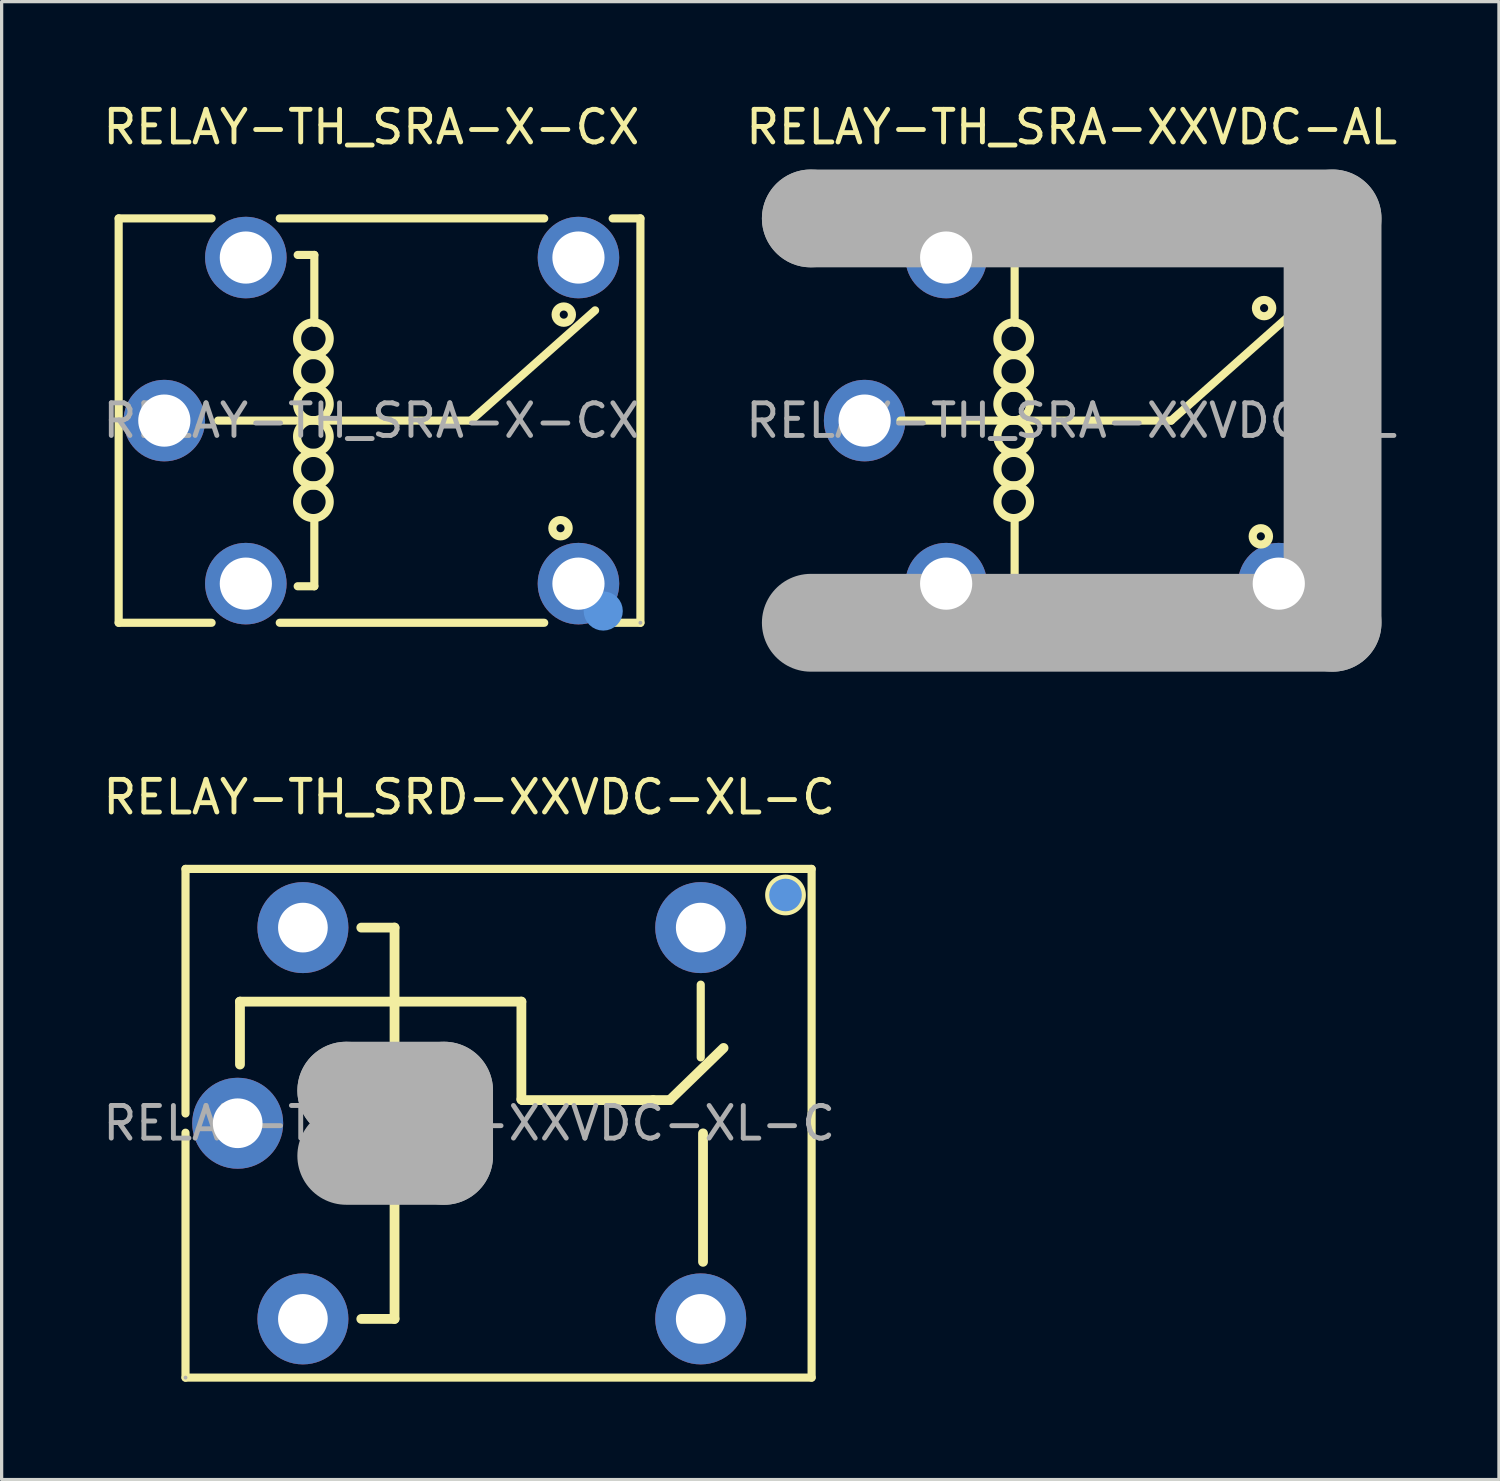
<source format=kicad_pcb>
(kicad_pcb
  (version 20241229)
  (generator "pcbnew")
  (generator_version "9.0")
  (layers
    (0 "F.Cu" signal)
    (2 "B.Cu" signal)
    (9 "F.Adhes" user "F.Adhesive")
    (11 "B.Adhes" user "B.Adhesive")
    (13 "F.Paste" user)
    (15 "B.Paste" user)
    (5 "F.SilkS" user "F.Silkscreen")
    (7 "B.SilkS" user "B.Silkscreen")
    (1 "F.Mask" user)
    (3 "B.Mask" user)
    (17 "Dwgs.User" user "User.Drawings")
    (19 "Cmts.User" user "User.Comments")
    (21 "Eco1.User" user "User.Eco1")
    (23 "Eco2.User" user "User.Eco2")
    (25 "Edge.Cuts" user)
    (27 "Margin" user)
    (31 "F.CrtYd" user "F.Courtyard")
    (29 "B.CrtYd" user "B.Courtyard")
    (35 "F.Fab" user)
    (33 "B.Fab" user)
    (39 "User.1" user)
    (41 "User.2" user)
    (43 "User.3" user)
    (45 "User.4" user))
  (footprint "RELAY-TH_SRD-XXVDC-XL-C"
    (layer "F.Cu")
    (at 11.339 31.396)
    (property "Reference" "RELAY-TH_SRD-XXVDC-XL-C" (at 0 -10 0) (layer "F.SilkS") (effects (font (size 1 1) (thickness 0.15))))
    (attr through_hole)
    (fp_line (start -8.7 -7.8) (end -8.7 -0.3) (stroke (width 0.25) (type solid)) (layer "F.SilkS"))
    (fp_line (start -8.7 0.29) (end -8.7 7.8) (stroke (width 0.25) (type solid)) (layer "F.SilkS"))
    (fp_line (start -7.03 -3.73) (end 1.6 -3.73) (stroke (width 0.3) (type solid)) (layer "F.SilkS"))
    (fp_line (start -7.03 -1.8) (end -7.03 -3.73) (stroke (width 0.3) (type solid)) (layer "F.SilkS"))
    (fp_line (start -2.29 -6) (end -3.31 -6) (stroke (width 0.3) (type solid)) (layer "F.SilkS"))
    (fp_line (start -2.29 -1.05) (end -2.29 -6) (stroke (width 0.3) (type solid)) (layer "F.SilkS"))
    (fp_line (start -2.29 6) (end -3.31 6) (stroke (width 0.3) (type solid)) (layer "F.SilkS"))
    (fp_line (start -2.29 6) (end -2.29 1.05) (stroke (width 0.3) (type solid)) (layer "F.SilkS"))
    (fp_line (start 1.6 -3.73) (end 1.6 -0.73) (stroke (width 0.3) (type solid)) (layer "F.SilkS"))
    (fp_line (start 1.6 -0.73) (end 1.63 -0.71) (stroke (width 0.3) (type solid)) (layer "F.SilkS"))
    (fp_line (start 1.63 -0.71) (end 5.64 -0.71) (stroke (width 0.3) (type solid)) (layer "F.SilkS"))
    (fp_line (start 5.64 -0.71) (end 6.15 -0.71) (stroke (width 0.3) (type solid)) (layer "F.SilkS"))
    (fp_line (start 6.15 -0.71) (end 7.8 -2.31) (stroke (width 0.3) (type solid)) (layer "F.SilkS"))
    (fp_line (start 7.1 -4.25) (end 7.1 -2.02) (stroke (width 0.25) (type solid)) (layer "F.SilkS"))
    (fp_line (start 7.17 4.25) (end 7.17 0.31) (stroke (width 0.3) (type solid)) (layer "F.SilkS"))
    (fp_line (start 10.5 -7.8) (end -8.7 -7.8) (stroke (width 0.25) (type solid)) (layer "F.SilkS"))
    (fp_line (start 10.5 7.8) (end -8.7 7.8) (stroke (width 0.25) (type solid)) (layer "F.SilkS"))
    (fp_line (start 10.5 7.8) (end 10.5 -7.8) (stroke (width 0.25) (type solid)) (layer "F.SilkS"))
    (fp_circle (center 9.7 -7) (end 10.2 -7) (stroke (width 0.25) (type solid)) (fill no) (layer "F.SilkS"))
    (fp_circle (center 9.7 -7) (end 9.95 -7) (stroke (width 0.5) (type solid)) (fill no) (layer "Cmts.User"))
    (fp_line (start -3.77 -1) (end -3.77 -1) (stroke (width 3) (type solid)) (layer "F.Fab"))
    (fp_line (start -3.77 -1) (end -0.77 -1) (stroke (width 3) (type solid)) (layer "F.Fab"))
    (fp_line (start -0.77 -1) (end -0.77 1) (stroke (width 3) (type solid)) (layer "F.Fab"))
    (fp_line (start -0.77 1) (end -3.77 1) (stroke (width 3) (type solid)) (layer "F.Fab"))
    (fp_circle (center -8.7 7.8) (end -8.67 7.8) (stroke (width 0.06) (type solid)) (fill no) (layer "F.Fab"))
    (fp_circle (center -5.1 -6) (end -4.95 -6) (stroke (width 0.3) (type solid)) (fill no) (layer "F.Fab"))
    (fp_circle (center -5.1 6) (end -4.95 6) (stroke (width 0.3) (type solid)) (fill no) (layer "F.Fab"))
    (fp_text user "${REFERENCE}" (at 0 0 0) (layer "F.Fab") (effects (font (size 1 1) (thickness 0.15))))
    (pad "1" thru_hole circle (at -5.1 6 180) (size 2.79 2.79) (drill 1.524) (layers "*.Cu" "*.Paste" "*.Mask"))
    (pad "2" thru_hole circle (at 7.1 6 180) (size 2.79 2.79) (drill 1.524) (layers "*.Cu" "*.Paste" "*.Mask"))
    (pad "3" thru_hole circle (at 7.1 -6 180) (size 2.79 2.79) (drill 1.524) (layers "*.Cu" "*.Paste" "*.Mask"))
    (pad "4" thru_hole circle (at -5.1 -6 180) (size 2.79 2.79) (drill 1.524) (layers "*.Cu" "*.Paste" "*.Mask"))
    (pad "5" thru_hole circle (at -7.1 0 180) (size 2.79 2.79) (drill 1.524) (layers "*.Cu" "*.Paste" "*.Mask")))
  (footprint "RELAY-TH_SRA-XXVDC-AL"
    (layer "F.Cu")
    (at 29.815 9.848)
    (property "Reference" "RELAY-TH_SRA-XXVDC-AL" (at 0 -9 0) (layer "F.SilkS") (effects (font (size 1 1) (thickness 0.15))))
    (attr through_hole)
    (fp_line (start -5.25 0) (end 3.05 0) (stroke (width 0.25) (type solid)) (layer "F.SilkS"))
    (fp_line (start -2.75 -5) (end -1.75 -5) (stroke (width 0.25) (type solid)) (layer "F.SilkS"))
    (fp_line (start -2.75 5) (end -2.75 5) (stroke (width 0.25) (type solid)) (layer "F.SilkS"))
    (fp_line (start -2.75 5) (end -1.75 5) (stroke (width 0.25) (type solid)) (layer "F.SilkS"))
    (fp_line (start -1.75 -5) (end -1.75 -3) (stroke (width 0.25) (type solid)) (layer "F.SilkS"))
    (fp_line (start -1.75 5) (end -1.75 3.01) (stroke (width 0.25) (type solid)) (layer "F.SilkS"))
    (fp_line (start 3.05 0) (end 6.86 -3.38) (stroke (width 0.25) (type solid)) (layer "F.SilkS"))
    (fp_arc (start -1.788726 -2.010076) (mid -1.775637 -3.009981) (end -1.78 -2.01) (stroke (width 0.25) (type solid)) (layer "F.SilkS"))
    (fp_arc (start -1.788726 -1.010076) (mid -1.775637 -2.009981) (end -1.78 -1.01) (stroke (width 0.25) (type solid)) (layer "F.SilkS"))
    (fp_arc (start -1.788726 -0.010076) (mid -1.775637 -1.009981) (end -1.78 -0.01) (stroke (width 0.25) (type solid)) (layer "F.SilkS"))
    (fp_arc (start -1.788726 0.989924) (mid -1.775637 -0.009981) (end -1.78 0.99) (stroke (width 0.25) (type solid)) (layer "F.SilkS"))
    (fp_arc (start -1.788726 1.989924) (mid -1.775637 0.990019) (end -1.78 1.99) (stroke (width 0.25) (type solid)) (layer "F.SilkS"))
    (fp_arc (start -1.788726 2.989924) (mid -1.775637 1.990019) (end -1.78 2.99) (stroke (width 0.25) (type solid)) (layer "F.SilkS"))
    (fp_circle (center 5.8 3.55) (end 6.05 3.55) (stroke (width 0.25) (type solid)) (fill no) (layer "F.SilkS"))
    (fp_circle (center 5.9 -3.45) (end 6.15 -3.45) (stroke (width 0.25) (type solid)) (fill no) (layer "F.SilkS"))
    (fp_line (start -8 -6.2) (end -8 -6.2) (stroke (width 3) (type solid)) (layer "F.Fab"))
    (fp_line (start -8 -6.2) (end 8 -6.2) (stroke (width 3) (type solid)) (layer "F.Fab"))
    (fp_line (start 8 -6.2) (end 8 6.2) (stroke (width 3) (type solid)) (layer "F.Fab"))
    (fp_line (start 8 6.2) (end -8 6.2) (stroke (width 3) (type solid)) (layer "F.Fab"))
    (fp_circle (center -6.35 0) (end -6 0) (stroke (width 0.7) (type solid)) (fill no) (layer "F.Fab"))
    (fp_circle (center -3.85 -5) (end -3.5 -5) (stroke (width 0.7) (type solid)) (fill no) (layer "F.Fab"))
    (fp_circle (center -3.85 5) (end -3.5 5) (stroke (width 0.7) (type solid)) (fill no) (layer "F.Fab"))
    (fp_circle (center 6.35 5) (end 6.7 5) (stroke (width 0.7) (type solid)) (fill no) (layer "F.Fab"))
    (fp_circle (center 8.13 6.33) (end 8.16 6.33) (stroke (width 0.06) (type solid)) (fill no) (layer "F.Fab"))
    (fp_text user "${REFERENCE}" (at 0 0 0) (layer "F.Fab") (effects (font (size 1 1) (thickness 0.15))))
    (pad "1" thru_hole circle (at 6.35 5) (size 2.5 2.5) (drill 1.6) (layers "*.Cu" "*.Paste" "*.Mask"))
    (pad "3" thru_hole circle (at -3.85 -5) (size 2.5 2.5) (drill 1.6) (layers "*.Cu" "*.Paste" "*.Mask"))
    (pad "4" thru_hole circle (at -3.85 5) (size 2.5 2.5) (drill 1.6) (layers "*.Cu" "*.Paste" "*.Mask"))
    (pad "5" thru_hole circle (at -6.35 0) (size 2.5 2.5) (drill 1.6) (layers "*.Cu" "*.Paste" "*.Mask")))
  (footprint "RELAY-TH_SRA-X-CX"
    (layer "F.Cu")
    (at 8.339 9.848)
    (property "Reference" "RELAY-TH_SRA-X-CX" (at 0 -9 0) (layer "F.SilkS") (effects (font (size 1 1) (thickness 0.15))))
    (attr through_hole)
    (fp_line (start -7.75 -6.2) (end -4.9 -6.2) (stroke (width 0.25) (type solid)) (layer "F.SilkS"))
    (fp_line (start -7.75 6.2) (end -7.75 -6.2) (stroke (width 0.25) (type solid)) (layer "F.SilkS"))
    (fp_line (start -7.75 6.2) (end -4.9 6.2) (stroke (width 0.25) (type solid)) (layer "F.SilkS"))
    (fp_line (start -4.7 0) (end 3.05 0) (stroke (width 0.25) (type solid)) (layer "F.SilkS"))
    (fp_line (start -2.81 -6.2) (end 5.3 -6.2) (stroke (width 0.25) (type solid)) (layer "F.SilkS"))
    (fp_line (start -2.81 6.2) (end 5.3 6.2) (stroke (width 0.25) (type solid)) (layer "F.SilkS"))
    (fp_line (start -2.26 -5.08) (end -1.75 -5.08) (stroke (width 0.25) (type solid)) (layer "F.SilkS"))
    (fp_line (start -2.26 5.08) (end -1.75 5.08) (stroke (width 0.25) (type solid)) (layer "F.SilkS"))
    (fp_line (start -1.75 -5.08) (end -1.75 -3) (stroke (width 0.25) (type solid)) (layer "F.SilkS"))
    (fp_line (start -1.75 5.08) (end -1.75 3.01) (stroke (width 0.25) (type solid)) (layer "F.SilkS"))
    (fp_line (start 3.05 0) (end 6.86 -3.38) (stroke (width 0.25) (type solid)) (layer "F.SilkS"))
    (fp_line (start 7.4 -6.2) (end 8.25 -6.2) (stroke (width 0.25) (type solid)) (layer "F.SilkS"))
    (fp_line (start 7.4 6.2) (end 8.25 6.2) (stroke (width 0.25) (type solid)) (layer "F.SilkS"))
    (fp_line (start 8.25 6.2) (end 8.25 -6.2) (stroke (width 0.25) (type solid)) (layer "F.SilkS"))
    (fp_arc (start -1.788726 -2.010076) (mid -1.775637 -3.009981) (end -1.78 -2.01) (stroke (width 0.25) (type solid)) (layer "F.SilkS"))
    (fp_arc (start -1.788726 -1.010076) (mid -1.775637 -2.009981) (end -1.78 -1.01) (stroke (width 0.25) (type solid)) (layer "F.SilkS"))
    (fp_arc (start -1.788726 -0.010076) (mid -1.775637 -1.009981) (end -1.78 -0.01) (stroke (width 0.25) (type solid)) (layer "F.SilkS"))
    (fp_arc (start -1.788726 0.989924) (mid -1.775637 -0.009981) (end -1.78 0.99) (stroke (width 0.25) (type solid)) (layer "F.SilkS"))
    (fp_arc (start -1.788726 1.989924) (mid -1.775637 0.990019) (end -1.78 1.99) (stroke (width 0.25) (type solid)) (layer "F.SilkS"))
    (fp_arc (start -1.788726 2.989924) (mid -1.775637 1.990019) (end -1.78 2.99) (stroke (width 0.25) (type solid)) (layer "F.SilkS"))
    (fp_circle (center 5.8 3.3) (end 6.05 3.3) (stroke (width 0.25) (type solid)) (fill no) (layer "F.SilkS"))
    (fp_circle (center 5.9 -3.25) (end 6.15 -3.25) (stroke (width 0.25) (type solid)) (fill no) (layer "F.SilkS"))
    (fp_circle (center 7.11 5.84) (end 7.41 5.84) (stroke (width 0.6) (type solid)) (fill no) (layer "Cmts.User"))
    (fp_circle (center -3.85 -5) (end -3.73 -5) (stroke (width 0.25) (type solid)) (fill no) (layer "F.Fab"))
    (fp_circle (center -3.85 5) (end -3.73 5) (stroke (width 0.25) (type solid)) (fill no) (layer "F.Fab"))
    (fp_circle (center 8.25 6.2) (end 8.28 6.2) (stroke (width 0.06) (type solid)) (fill no) (layer "F.Fab"))
    (fp_text user "${REFERENCE}" (at 0 0 0) (layer "F.Fab") (effects (font (size 1 1) (thickness 0.15))))
    (pad "1" thru_hole circle (at 6.35 5) (size 2.5 2.5) (drill 1.6) (layers "*.Cu" "*.Paste" "*.Mask"))
    (pad "2" thru_hole circle (at 6.35 -5) (size 2.5 2.5) (drill 1.6) (layers "*.Cu" "*.Paste" "*.Mask"))
    (pad "3" thru_hole circle (at -3.85 -5) (size 2.5 2.5) (drill 1.6) (layers "*.Cu" "*.Paste" "*.Mask"))
    (pad "4" thru_hole circle (at -3.85 5) (size 2.5 2.5) (drill 1.6) (layers "*.Cu" "*.Paste" "*.Mask"))
    (pad "5" thru_hole circle (at -6.35 0) (size 2.5 2.5) (drill 1.6) (layers "*.Cu" "*.Paste" "*.Mask")))
  (gr_rect
    (start -3 -3)
    (end 42.917 42.322)
    (stroke (width 0.1) (type default))
    (fill no)
    (layer "Edge.Cuts")))
</source>
